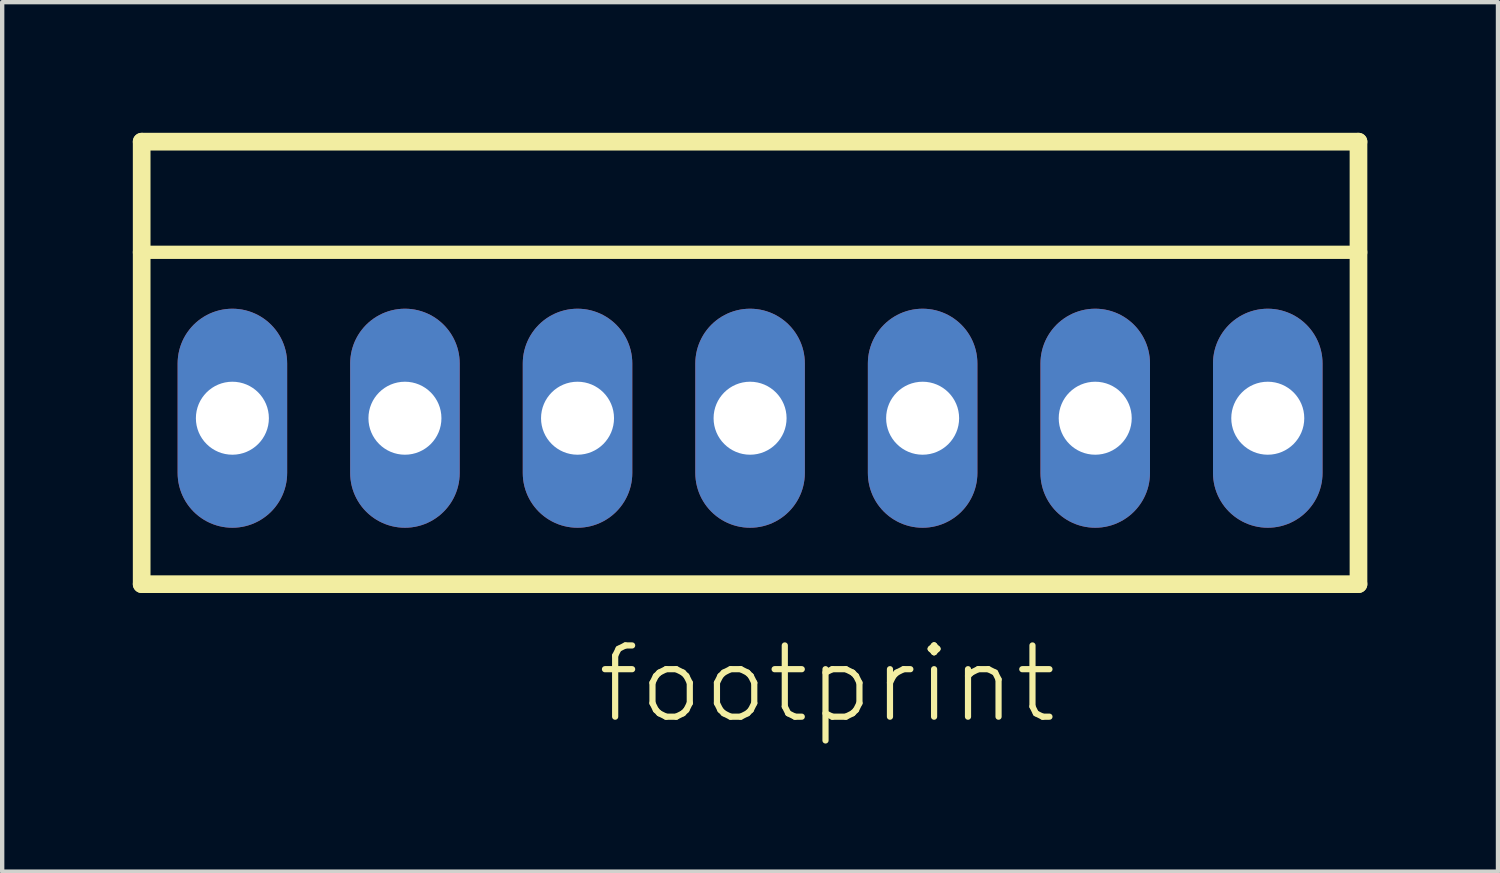
<source format=kicad_pcb>
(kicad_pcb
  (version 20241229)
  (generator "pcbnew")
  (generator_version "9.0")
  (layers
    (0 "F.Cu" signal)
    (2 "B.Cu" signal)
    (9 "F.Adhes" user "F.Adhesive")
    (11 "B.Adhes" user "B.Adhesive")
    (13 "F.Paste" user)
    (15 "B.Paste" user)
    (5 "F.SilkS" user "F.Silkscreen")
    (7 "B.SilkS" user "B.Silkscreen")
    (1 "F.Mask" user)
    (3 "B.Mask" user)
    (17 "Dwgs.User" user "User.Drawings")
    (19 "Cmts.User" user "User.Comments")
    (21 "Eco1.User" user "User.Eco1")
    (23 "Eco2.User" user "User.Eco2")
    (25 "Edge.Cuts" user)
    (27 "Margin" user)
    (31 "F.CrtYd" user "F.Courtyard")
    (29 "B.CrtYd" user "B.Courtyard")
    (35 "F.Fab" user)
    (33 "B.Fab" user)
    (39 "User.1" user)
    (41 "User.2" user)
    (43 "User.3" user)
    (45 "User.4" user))
  (footprint "footprint"
    (layer "F.Cu")
    (at 14.173 6.553)
    (property "Reference" "footprint" (at -3.581 7.061 0) (layer "F.SilkS") (effects (font (size 1.636 1.636) (thickness 0.142)) (justify left bottom)))
    (fp_line (start -13.97 -6.35) (end 13.97 -6.35) (stroke (width 0.406) (type solid)) (layer "F.SilkS"))
    (fp_line (start -13.97 -3.81) (end -13.97 -6.35) (stroke (width 0.406) (type solid)) (layer "F.SilkS"))
    (fp_line (start -13.97 -3.81) (end 13.97 -3.81) (stroke (width 0.305) (type solid)) (layer "F.SilkS"))
    (fp_line (start -13.97 3.81) (end -13.97 -3.81) (stroke (width 0.406) (type solid)) (layer "F.SilkS"))
    (fp_line (start -13.97 3.81) (end 13.97 3.81) (stroke (width 0.406) (type solid)) (layer "F.SilkS"))
    (fp_line (start 13.97 -6.35) (end 13.97 -3.81) (stroke (width 0.406) (type solid)) (layer "F.SilkS"))
    (fp_line (start 13.97 -3.81) (end 13.97 3.81) (stroke (width 0.406) (type solid)) (layer "F.SilkS"))
    (fp_poly (pts (xy -12.395 0.508) (xy -11.379 0.508) (xy -11.379 -0.508) (xy -12.395 -0.508)) (stroke (width 0) (type solid)) (fill yes) (layer "F.SilkS"))
    (fp_poly (pts (xy -8.433 0.508) (xy -7.417 0.508) (xy -7.417 -0.508) (xy -8.433 -0.508)) (stroke (width 0) (type solid)) (fill yes) (layer "F.SilkS"))
    (fp_poly (pts (xy -4.47 0.508) (xy -3.454 0.508) (xy -3.454 -0.508) (xy -4.47 -0.508)) (stroke (width 0) (type solid)) (fill yes) (layer "F.SilkS"))
    (fp_poly (pts (xy -0.508 0.508) (xy 0.508 0.508) (xy 0.508 -0.508) (xy -0.508 -0.508)) (stroke (width 0) (type solid)) (fill yes) (layer "F.SilkS"))
    (fp_poly (pts (xy 3.454 0.508) (xy 4.47 0.508) (xy 4.47 -0.508) (xy 3.454 -0.508)) (stroke (width 0) (type solid)) (fill yes) (layer "F.SilkS"))
    (fp_poly (pts (xy 7.417 0.508) (xy 8.433 0.508) (xy 8.433 -0.508) (xy 7.417 -0.508)) (stroke (width 0) (type solid)) (fill yes) (layer "F.SilkS"))
    (fp_poly (pts (xy 11.379 0.508) (xy 12.395 0.508) (xy 12.395 -0.508) (xy 11.379 -0.508)) (stroke (width 0) (type solid)) (fill yes) (layer "F.SilkS"))
    (pad "1" thru_hole oval (at 11.887 0 90) (size 5.029 2.515) (drill 1.676) (layers "*.Cu" "*.Mask"))
    (pad "2" thru_hole oval (at 7.925 0 90) (size 5.029 2.515) (drill 1.676) (layers "*.Cu" "*.Mask"))
    (pad "3" thru_hole oval (at 3.962 0 90) (size 5.029 2.515) (drill 1.676) (layers "*.Cu" "*.Mask"))
    (pad "4" thru_hole oval (at 0 0 90) (size 5.029 2.515) (drill 1.676) (layers "*.Cu" "*.Mask"))
    (pad "5" thru_hole oval (at -3.962 0 90) (size 5.029 2.515) (drill 1.676) (layers "*.Cu" "*.Mask"))
    (pad "6" thru_hole oval (at -7.925 0 90) (size 5.029 2.515) (drill 1.676) (layers "*.Cu" "*.Mask"))
    (pad "7" thru_hole oval (at -11.887 0 90) (size 5.029 2.515) (drill 1.676) (layers "*.Cu" "*.Mask")))
  (gr_rect
    (start -3 -3)
    (end 31.346 16.965)
    (stroke (width 0.1) (type default))
    (fill no)
    (layer "Edge.Cuts")))
</source>
